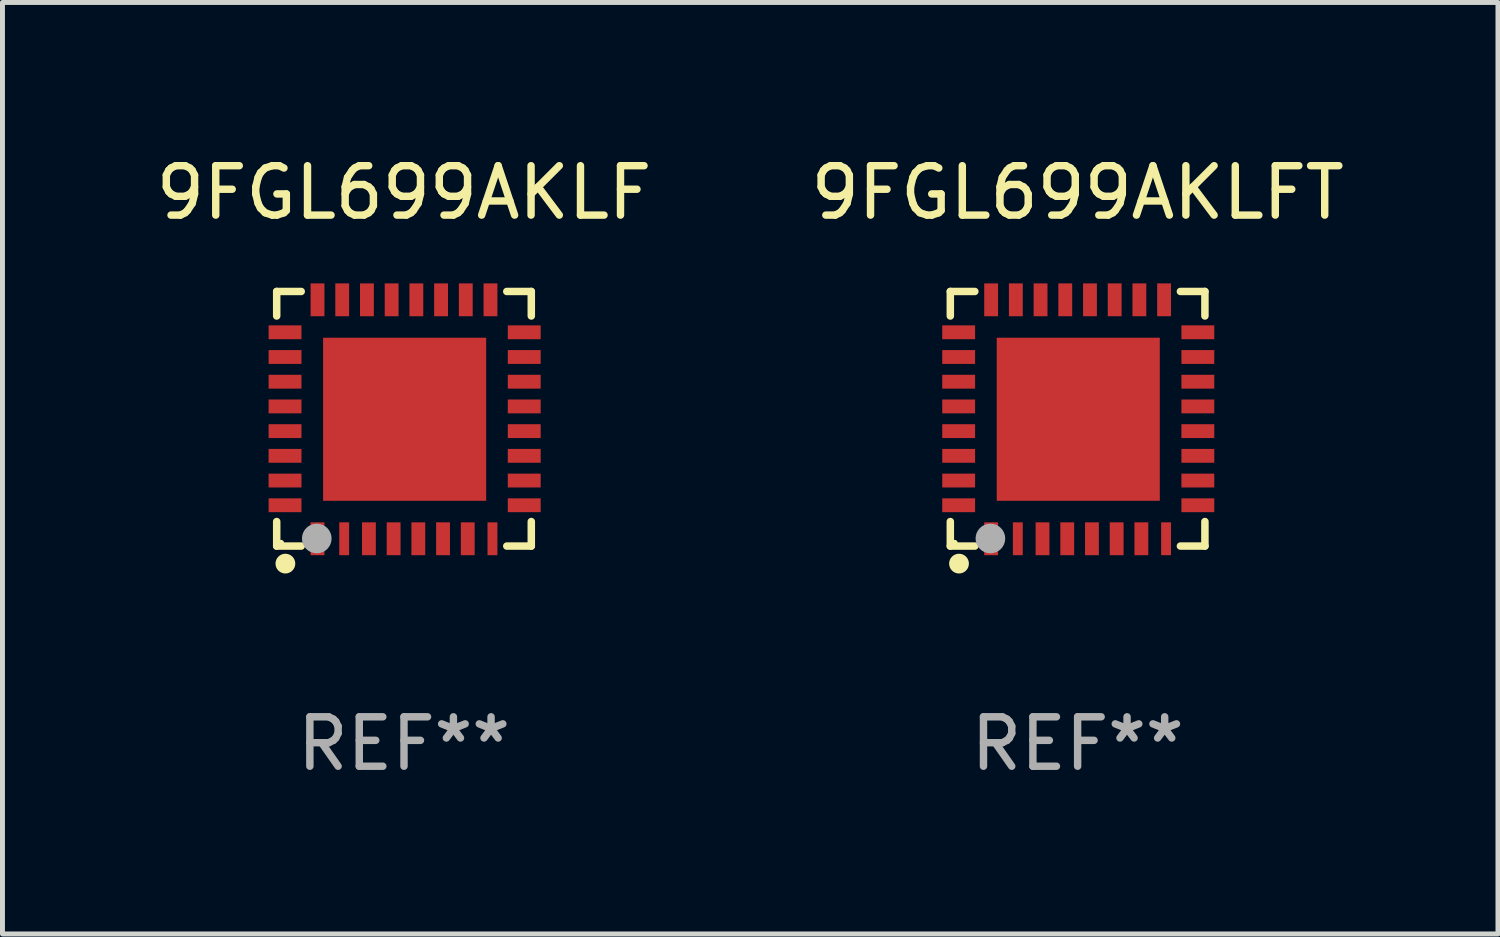
<source format=kicad_pcb>
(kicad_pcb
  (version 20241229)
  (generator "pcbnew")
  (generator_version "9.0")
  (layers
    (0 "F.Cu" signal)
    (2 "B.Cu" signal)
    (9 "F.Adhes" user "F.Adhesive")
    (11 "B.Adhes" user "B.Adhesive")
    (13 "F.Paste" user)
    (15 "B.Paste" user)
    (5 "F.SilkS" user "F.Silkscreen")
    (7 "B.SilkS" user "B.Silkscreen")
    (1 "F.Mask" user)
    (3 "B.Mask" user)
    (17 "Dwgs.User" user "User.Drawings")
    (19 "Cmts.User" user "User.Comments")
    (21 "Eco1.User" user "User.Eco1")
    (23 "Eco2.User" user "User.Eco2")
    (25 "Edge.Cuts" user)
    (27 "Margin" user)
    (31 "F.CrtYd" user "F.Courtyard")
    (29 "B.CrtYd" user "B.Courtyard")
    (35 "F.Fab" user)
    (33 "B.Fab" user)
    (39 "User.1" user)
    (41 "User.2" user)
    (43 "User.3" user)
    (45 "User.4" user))
  (footprint "9FGL699AKLF"
    (layer "F.Cu")
    (at 5.125 5.424)
    (property "Reference" "9FGL699AKLF" (at 0 -4.576 0) (layer "F.SilkS") (effects (font (size 1 1) (thickness 0.15))))
    (attr through_hole)
    (fp_line (start -2.576 -2.576) (end -2.576 -2.08) (stroke (width 0.152) (type solid)) (layer "F.SilkS"))
    (fp_line (start -2.576 2.576) (end -2.576 2.08) (stroke (width 0.152) (type solid)) (layer "F.SilkS"))
    (fp_line (start -2.08 -2.576) (end -2.576 -2.576) (stroke (width 0.152) (type solid)) (layer "F.SilkS"))
    (fp_line (start -2.08 2.576) (end -2.576 2.576) (stroke (width 0.152) (type solid)) (layer "F.SilkS"))
    (fp_line (start 2.08 -2.576) (end 2.576 -2.576) (stroke (width 0.152) (type solid)) (layer "F.SilkS"))
    (fp_line (start 2.08 2.576) (end 2.576 2.576) (stroke (width 0.152) (type solid)) (layer "F.SilkS"))
    (fp_line (start 2.576 -2.576) (end 2.576 -2.08) (stroke (width 0.152) (type solid)) (layer "F.SilkS"))
    (fp_line (start 2.576 2.576) (end 2.576 2.08) (stroke (width 0.152) (type solid)) (layer "F.SilkS"))
    (fp_circle (center -2.487 2.51) (end -2.457 2.51) (stroke (width 0.06) (type solid)) (fill no) (layer "F.SilkS"))
    (fp_circle (center -2.4 2.931) (end -2.3 2.931) (stroke (width 0.2) (type solid)) (fill no) (layer "F.SilkS"))
    (fp_circle (center -1.765 2.423) (end -1.615 2.423) (stroke (width 0.3) (type solid)) (fill no) (layer "F.Fab"))
    (fp_text user "REF**" (at 0 6.576 0) (layer "F.Fab") (effects (font (size 1 1) (thickness 0.15))))
    (pad "1" smd rect (at -1.75 2.428) (size 0.28 0.665) (layers "F.Cu" "F.Mask" "F.Paste"))
    (pad "2" smd rect (at -1.21 2.428) (size 0.2 0.665) (layers "F.Cu" "F.Mask" "F.Paste"))
    (pad "3" smd rect (at -0.71 2.428) (size 0.28 0.665) (layers "F.Cu" "F.Mask" "F.Paste"))
    (pad "4" smd rect (at -0.21 2.428) (size 0.28 0.665) (layers "F.Cu" "F.Mask" "F.Paste"))
    (pad "5" smd rect (at 0.29 2.428) (size 0.28 0.665) (layers "F.Cu" "F.Mask" "F.Paste"))
    (pad "6" smd rect (at 0.79 2.428) (size 0.28 0.665) (layers "F.Cu" "F.Mask" "F.Paste"))
    (pad "7" smd rect (at 1.29 2.428) (size 0.28 0.665) (layers "F.Cu" "F.Mask" "F.Paste"))
    (pad "8" smd rect (at 1.79 2.428) (size 0.2 0.665) (layers "F.Cu" "F.Mask" "F.Paste"))
    (pad "9" smd rect (at 2.433 1.75) (size 0.665 0.28) (layers "F.Cu" "F.Mask" "F.Paste"))
    (pad "10" smd rect (at 2.433 1.25) (size 0.665 0.28) (layers "F.Cu" "F.Mask" "F.Paste"))
    (pad "11" smd rect (at 2.433 0.75) (size 0.665 0.28) (layers "F.Cu" "F.Mask" "F.Paste"))
    (pad "12" smd rect (at 2.433 0.25) (size 0.665 0.28) (layers "F.Cu" "F.Mask" "F.Paste"))
    (pad "13" smd rect (at 2.433 -0.25) (size 0.665 0.28) (layers "F.Cu" "F.Mask" "F.Paste"))
    (pad "14" smd rect (at 2.433 -0.75) (size 0.665 0.28) (layers "F.Cu" "F.Mask" "F.Paste"))
    (pad "15" smd rect (at 2.433 -1.25) (size 0.665 0.28) (layers "F.Cu" "F.Mask" "F.Paste"))
    (pad "16" smd rect (at 2.433 -1.75) (size 0.665 0.28) (layers "F.Cu" "F.Mask" "F.Paste"))
    (pad "17" smd rect (at 1.75 -2.407) (size 0.28 0.665) (layers "F.Cu" "F.Mask" "F.Paste"))
    (pad "18" smd rect (at 1.25 -2.407) (size 0.28 0.665) (layers "F.Cu" "F.Mask" "F.Paste"))
    (pad "19" smd rect (at 0.75 -2.407) (size 0.28 0.665) (layers "F.Cu" "F.Mask" "F.Paste"))
    (pad "20" smd rect (at 0.25 -2.407) (size 0.28 0.665) (layers "F.Cu" "F.Mask" "F.Paste"))
    (pad "21" smd rect (at -0.25 -2.407) (size 0.28 0.665) (layers "F.Cu" "F.Mask" "F.Paste"))
    (pad "22" smd rect (at -0.75 -2.407) (size 0.28 0.665) (layers "F.Cu" "F.Mask" "F.Paste"))
    (pad "23" smd rect (at -1.25 -2.407) (size 0.28 0.665) (layers "F.Cu" "F.Mask" "F.Paste"))
    (pad "24" smd rect (at -1.75 -2.407) (size 0.28 0.665) (layers "F.Cu" "F.Mask" "F.Paste"))
    (pad "25" smd rect (at -2.407 -1.75) (size 0.665 0.28) (layers "F.Cu" "F.Mask" "F.Paste"))
    (pad "26" smd rect (at -2.407 -1.25) (size 0.665 0.28) (layers "F.Cu" "F.Mask" "F.Paste"))
    (pad "27" smd rect (at -2.407 -0.75) (size 0.665 0.28) (layers "F.Cu" "F.Mask" "F.Paste"))
    (pad "28" smd rect (at -2.407 -0.25) (size 0.665 0.28) (layers "F.Cu" "F.Mask" "F.Paste"))
    (pad "29" smd rect (at -2.407 0.25) (size 0.665 0.28) (layers "F.Cu" "F.Mask" "F.Paste"))
    (pad "30" smd rect (at -2.407 0.75) (size 0.665 0.28) (layers "F.Cu" "F.Mask" "F.Paste"))
    (pad "31" smd rect (at -2.407 1.25) (size 0.665 0.28) (layers "F.Cu" "F.Mask" "F.Paste"))
    (pad "32" smd rect (at -2.407 1.75) (size 0.665 0.28) (layers "F.Cu" "F.Mask" "F.Paste"))
    (pad "33" smd rect (at 0.013 0.01) (size 3.3 3.3) (layers "F.Cu" "F.Mask" "F.Paste")))
  (footprint "9FGL699AKLFT"
    (layer "F.Cu")
    (at 18.756 5.424)
    (property "Reference" "9FGL699AKLFT" (at 0 -4.576 0) (layer "F.SilkS") (effects (font (size 1 1) (thickness 0.15))))
    (attr through_hole)
    (fp_line (start -2.576 -2.576) (end -2.576 -2.08) (stroke (width 0.152) (type solid)) (layer "F.SilkS"))
    (fp_line (start -2.576 2.576) (end -2.576 2.08) (stroke (width 0.152) (type solid)) (layer "F.SilkS"))
    (fp_line (start -2.08 -2.576) (end -2.576 -2.576) (stroke (width 0.152) (type solid)) (layer "F.SilkS"))
    (fp_line (start -2.08 2.576) (end -2.576 2.576) (stroke (width 0.152) (type solid)) (layer "F.SilkS"))
    (fp_line (start 2.08 -2.576) (end 2.576 -2.576) (stroke (width 0.152) (type solid)) (layer "F.SilkS"))
    (fp_line (start 2.08 2.576) (end 2.576 2.576) (stroke (width 0.152) (type solid)) (layer "F.SilkS"))
    (fp_line (start 2.576 -2.576) (end 2.576 -2.08) (stroke (width 0.152) (type solid)) (layer "F.SilkS"))
    (fp_line (start 2.576 2.576) (end 2.576 2.08) (stroke (width 0.152) (type solid)) (layer "F.SilkS"))
    (fp_circle (center -2.487 2.51) (end -2.457 2.51) (stroke (width 0.06) (type solid)) (fill no) (layer "F.SilkS"))
    (fp_circle (center -2.4 2.931) (end -2.3 2.931) (stroke (width 0.2) (type solid)) (fill no) (layer "F.SilkS"))
    (fp_circle (center -1.765 2.423) (end -1.615 2.423) (stroke (width 0.3) (type solid)) (fill no) (layer "F.Fab"))
    (fp_text user "REF**" (at 0 6.576 0) (layer "F.Fab") (effects (font (size 1 1) (thickness 0.15))))
    (pad "1" smd rect (at -1.75 2.428) (size 0.28 0.665) (layers "F.Cu" "F.Mask" "F.Paste"))
    (pad "2" smd rect (at -1.21 2.428) (size 0.2 0.665) (layers "F.Cu" "F.Mask" "F.Paste"))
    (pad "3" smd rect (at -0.71 2.428) (size 0.28 0.665) (layers "F.Cu" "F.Mask" "F.Paste"))
    (pad "4" smd rect (at -0.21 2.428) (size 0.28 0.665) (layers "F.Cu" "F.Mask" "F.Paste"))
    (pad "5" smd rect (at 0.29 2.428) (size 0.28 0.665) (layers "F.Cu" "F.Mask" "F.Paste"))
    (pad "6" smd rect (at 0.79 2.428) (size 0.28 0.665) (layers "F.Cu" "F.Mask" "F.Paste"))
    (pad "7" smd rect (at 1.29 2.428) (size 0.28 0.665) (layers "F.Cu" "F.Mask" "F.Paste"))
    (pad "8" smd rect (at 1.79 2.428) (size 0.2 0.665) (layers "F.Cu" "F.Mask" "F.Paste"))
    (pad "9" smd rect (at 2.433 1.75) (size 0.665 0.28) (layers "F.Cu" "F.Mask" "F.Paste"))
    (pad "10" smd rect (at 2.433 1.25) (size 0.665 0.28) (layers "F.Cu" "F.Mask" "F.Paste"))
    (pad "11" smd rect (at 2.433 0.75) (size 0.665 0.28) (layers "F.Cu" "F.Mask" "F.Paste"))
    (pad "12" smd rect (at 2.433 0.25) (size 0.665 0.28) (layers "F.Cu" "F.Mask" "F.Paste"))
    (pad "13" smd rect (at 2.433 -0.25) (size 0.665 0.28) (layers "F.Cu" "F.Mask" "F.Paste"))
    (pad "14" smd rect (at 2.433 -0.75) (size 0.665 0.28) (layers "F.Cu" "F.Mask" "F.Paste"))
    (pad "15" smd rect (at 2.433 -1.25) (size 0.665 0.28) (layers "F.Cu" "F.Mask" "F.Paste"))
    (pad "16" smd rect (at 2.433 -1.75) (size 0.665 0.28) (layers "F.Cu" "F.Mask" "F.Paste"))
    (pad "17" smd rect (at 1.75 -2.407) (size 0.28 0.665) (layers "F.Cu" "F.Mask" "F.Paste"))
    (pad "18" smd rect (at 1.25 -2.407) (size 0.28 0.665) (layers "F.Cu" "F.Mask" "F.Paste"))
    (pad "19" smd rect (at 0.75 -2.407) (size 0.28 0.665) (layers "F.Cu" "F.Mask" "F.Paste"))
    (pad "20" smd rect (at 0.25 -2.407) (size 0.28 0.665) (layers "F.Cu" "F.Mask" "F.Paste"))
    (pad "21" smd rect (at -0.25 -2.407) (size 0.28 0.665) (layers "F.Cu" "F.Mask" "F.Paste"))
    (pad "22" smd rect (at -0.75 -2.407) (size 0.28 0.665) (layers "F.Cu" "F.Mask" "F.Paste"))
    (pad "23" smd rect (at -1.25 -2.407) (size 0.28 0.665) (layers "F.Cu" "F.Mask" "F.Paste"))
    (pad "24" smd rect (at -1.75 -2.407) (size 0.28 0.665) (layers "F.Cu" "F.Mask" "F.Paste"))
    (pad "25" smd rect (at -2.407 -1.75) (size 0.665 0.28) (layers "F.Cu" "F.Mask" "F.Paste"))
    (pad "26" smd rect (at -2.407 -1.25) (size 0.665 0.28) (layers "F.Cu" "F.Mask" "F.Paste"))
    (pad "27" smd rect (at -2.407 -0.75) (size 0.665 0.28) (layers "F.Cu" "F.Mask" "F.Paste"))
    (pad "28" smd rect (at -2.407 -0.25) (size 0.665 0.28) (layers "F.Cu" "F.Mask" "F.Paste"))
    (pad "29" smd rect (at -2.407 0.25) (size 0.665 0.28) (layers "F.Cu" "F.Mask" "F.Paste"))
    (pad "30" smd rect (at -2.407 0.75) (size 0.665 0.28) (layers "F.Cu" "F.Mask" "F.Paste"))
    (pad "31" smd rect (at -2.407 1.25) (size 0.665 0.28) (layers "F.Cu" "F.Mask" "F.Paste"))
    (pad "32" smd rect (at -2.407 1.75) (size 0.665 0.28) (layers "F.Cu" "F.Mask" "F.Paste"))
    (pad "33" smd rect (at 0.013 0.01) (size 3.3 3.3) (layers "F.Cu" "F.Mask" "F.Paste")))
  (gr_rect
    (start -3 -3)
    (end 27.262 15.849)
    (stroke (width 0.1) (type default))
    (fill no)
    (layer "Edge.Cuts")))
</source>
